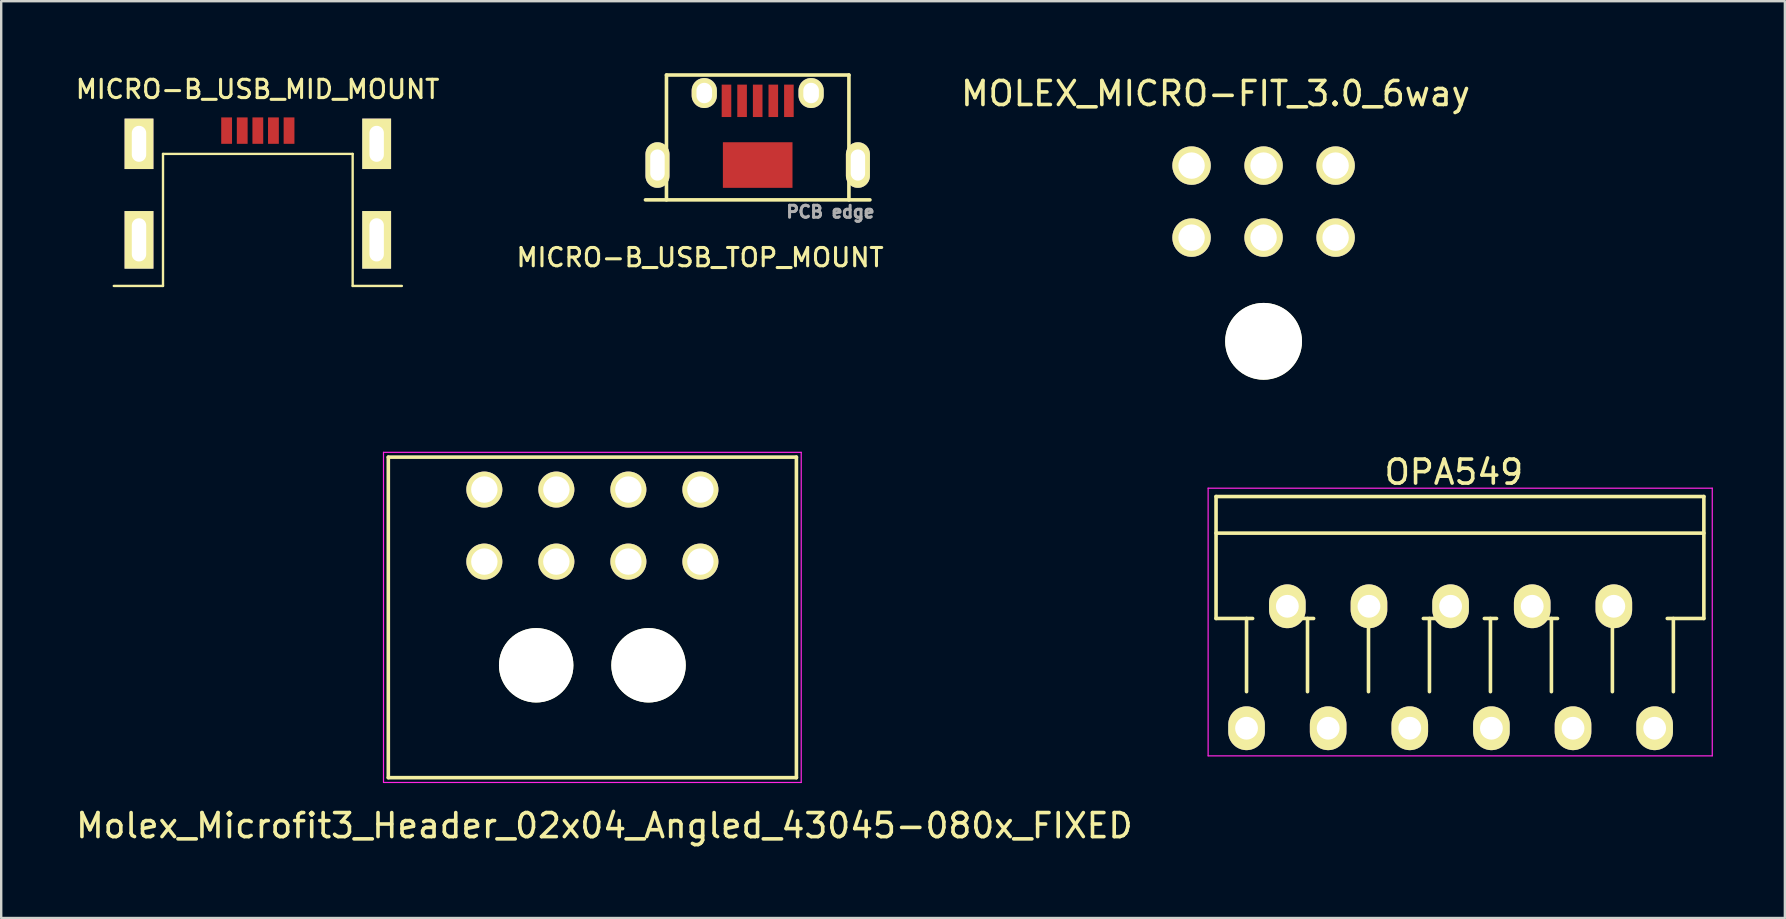
<source format=kicad_pcb>
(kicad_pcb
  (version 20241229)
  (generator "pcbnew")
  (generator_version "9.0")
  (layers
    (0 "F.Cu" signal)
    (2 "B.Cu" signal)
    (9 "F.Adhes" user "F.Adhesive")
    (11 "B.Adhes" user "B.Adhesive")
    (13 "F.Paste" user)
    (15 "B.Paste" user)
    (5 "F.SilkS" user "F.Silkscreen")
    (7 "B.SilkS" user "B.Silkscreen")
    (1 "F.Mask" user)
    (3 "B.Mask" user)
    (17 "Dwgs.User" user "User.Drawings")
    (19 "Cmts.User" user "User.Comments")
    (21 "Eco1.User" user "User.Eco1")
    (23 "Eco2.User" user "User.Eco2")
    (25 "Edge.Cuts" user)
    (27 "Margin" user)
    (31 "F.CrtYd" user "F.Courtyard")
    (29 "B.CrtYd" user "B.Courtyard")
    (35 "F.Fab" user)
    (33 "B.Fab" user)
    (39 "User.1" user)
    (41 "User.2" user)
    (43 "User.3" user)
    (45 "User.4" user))
  (footprint "OPA549"
    (layer "F.Cu")
    (at 48.875 27.285)
    (property "Reference" "OPA549" (at 8.636 -10.668 0) (layer "F.SilkS") (effects (font (size 1 1) (thickness 0.15))))
    (attr through_hole)
    (fp_line (start -1.27 -9.652) (end -1.27 -4.572) (stroke (width 0.15) (type solid)) (layer "F.SilkS"))
    (fp_line (start -1.27 -9.652) (end 19.05 -9.652) (stroke (width 0.15) (type solid)) (layer "F.SilkS"))
    (fp_line (start -1.27 -4.572) (end 0.254 -4.572) (stroke (width 0.15) (type solid)) (layer "F.SilkS"))
    (fp_line (start 0 -1.524) (end 0 -4.572) (stroke (width 0.15) (type solid)) (layer "F.SilkS"))
    (fp_line (start 2.54 -1.524) (end 2.54 -4.572) (stroke (width 0.15) (type solid)) (layer "F.SilkS"))
    (fp_line (start 2.794 -4.572) (end 2.286 -4.572) (stroke (width 0.15) (type solid)) (layer "F.SilkS"))
    (fp_line (start 5.08 -1.524) (end 5.08 -4.572) (stroke (width 0.15) (type solid)) (layer "F.SilkS"))
    (fp_line (start 5.334 -4.572) (end 4.826 -4.572) (stroke (width 0.15) (type solid)) (layer "F.SilkS"))
    (fp_line (start 7.62 -1.524) (end 7.62 -4.572) (stroke (width 0.15) (type solid)) (layer "F.SilkS"))
    (fp_line (start 7.874 -4.572) (end 7.366 -4.572) (stroke (width 0.15) (type solid)) (layer "F.SilkS"))
    (fp_line (start 10.16 -1.524) (end 10.16 -4.572) (stroke (width 0.15) (type solid)) (layer "F.SilkS"))
    (fp_line (start 10.414 -4.572) (end 9.906 -4.572) (stroke (width 0.15) (type solid)) (layer "F.SilkS"))
    (fp_line (start 12.7 -1.524) (end 12.7 -4.572) (stroke (width 0.15) (type solid)) (layer "F.SilkS"))
    (fp_line (start 12.954 -4.572) (end 12.446 -4.572) (stroke (width 0.15) (type solid)) (layer "F.SilkS"))
    (fp_line (start 15.24 -1.524) (end 15.24 -4.572) (stroke (width 0.15) (type solid)) (layer "F.SilkS"))
    (fp_line (start 15.494 -4.572) (end 14.986 -4.572) (stroke (width 0.15) (type solid)) (layer "F.SilkS"))
    (fp_line (start 17.78 -1.524) (end 17.78 -4.572) (stroke (width 0.15) (type solid)) (layer "F.SilkS"))
    (fp_line (start 19.05 -9.652) (end 19.05 -4.572) (stroke (width 0.15) (type solid)) (layer "F.SilkS"))
    (fp_line (start 19.05 -8.128) (end -1.27 -8.128) (stroke (width 0.15) (type solid)) (layer "F.SilkS"))
    (fp_line (start 19.05 -4.572) (end 17.526 -4.572) (stroke (width 0.15) (type solid)) (layer "F.SilkS"))
    (fp_line (start -1.6 -10) (end 19.4 -10) (stroke (width 0.05) (type solid)) (layer "F.CrtYd"))
    (fp_line (start -1.6 1.15) (end -1.6 -10) (stroke (width 0.05) (type solid)) (layer "F.CrtYd"))
    (fp_line (start 19.4 -10) (end 19.4 1.15) (stroke (width 0.05) (type solid)) (layer "F.CrtYd"))
    (fp_line (start 19.4 1.15) (end -1.6 1.15) (stroke (width 0.05) (type solid)) (layer "F.CrtYd"))
    (pad "1" thru_hole oval (at 0 0) (size 1.524 1.824) (drill 0.95) (layers "*.Cu" "*.Mask" "F.SilkS"))
    (pad "2" thru_hole oval (at 1.7 -5.08) (size 1.524 1.824) (drill 0.95) (layers "*.Cu" "*.Mask" "F.SilkS"))
    (pad "3" thru_hole oval (at 3.4 0) (size 1.524 1.824) (drill 0.95) (layers "*.Cu" "*.Mask" "F.SilkS"))
    (pad "4" thru_hole oval (at 5.1 -5.08) (size 1.524 1.824) (drill 0.95) (layers "*.Cu" "*.Mask" "F.SilkS"))
    (pad "5" thru_hole oval (at 6.8 0) (size 1.524 1.824) (drill 0.95) (layers "*.Cu" "*.Mask" "F.SilkS"))
    (pad "6" thru_hole oval (at 8.5 -5.08) (size 1.524 1.824) (drill 0.95) (layers "*.Cu" "*.Mask" "F.SilkS"))
    (pad "7" thru_hole oval (at 10.2 0) (size 1.524 1.824) (drill 0.95) (layers "*.Cu" "*.Mask" "F.SilkS"))
    (pad "8" thru_hole oval (at 11.9 -5.08) (size 1.524 1.824) (drill 0.95) (layers "*.Cu" "*.Mask" "F.SilkS"))
    (pad "9" thru_hole oval (at 13.6 0) (size 1.524 1.824) (drill 0.95) (layers "*.Cu" "*.Mask" "F.SilkS"))
    (pad "10" thru_hole oval (at 15.3 -5.08) (size 1.524 1.824) (drill 0.95) (layers "*.Cu" "*.Mask" "F.SilkS"))
    (pad "11" thru_hole oval (at 17 0) (size 1.524 1.824) (drill 0.95) (layers "*.Cu" "*.Mask" "F.SilkS")))
  (footprint "MICRO-B_USB_MID_MOUNT"
    (layer "F.Cu")
    (at 7.69 2.391)
    (property "Reference" "MICRO-B_USB_MID_MOUNT" (at -0.01 -1.722 0) (layer "F.SilkS") (effects (font (size 0.762 0.762) (thickness 0.127))))
    (attr through_hole)
    (fp_line (start -6 6.47) (end -3.95 6.47) (stroke (width 0.099) (type solid)) (layer "F.SilkS"))
    (fp_line (start -3.95 0.97) (end 3.95 0.97) (stroke (width 0.099) (type solid)) (layer "F.SilkS"))
    (fp_line (start -3.95 6.47) (end -3.95 0.97) (stroke (width 0.099) (type solid)) (layer "F.SilkS"))
    (fp_line (start 3.95 0.97) (end 3.95 6.47) (stroke (width 0.099) (type solid)) (layer "F.SilkS"))
    (fp_line (start 3.95 6.47) (end 6 6.47) (stroke (width 0.099) (type solid)) (layer "F.SilkS"))
    (pad "1" smd rect (at -1.3 0) (size 0.45 1.1) (layers "F.Cu" "F.Mask" "F.Paste"))
    (pad "2" smd rect (at -0.65 0) (size 0.45 1.1) (layers "F.Cu" "F.Mask" "F.Paste"))
    (pad "3" smd rect (at 0 0) (size 0.45 1.1) (layers "F.Cu" "F.Mask" "F.Paste"))
    (pad "4" smd rect (at 0.65 0) (size 0.45 1.1) (layers "F.Cu" "F.Mask" "F.Paste"))
    (pad "5" smd rect (at 1.3 0) (size 0.45 1.1) (layers "F.Cu" "F.Mask" "F.Paste"))
    (pad "6" thru_hole rect (at -4.95 0.55) (size 1.2 2.1) (drill oval 0.6 1.5) (layers "*.Cu" "*.Mask" "F.SilkS"))
    (pad "6" thru_hole rect (at -4.95 4.55) (size 1.2 2.4) (drill oval 0.6 1.8) (layers "*.Cu" "*.Mask" "F.SilkS"))
    (pad "6" thru_hole rect (at 4.95 0.55) (size 1.2 2.1) (drill oval 0.6 1.5) (layers "*.Cu" "*.Mask" "F.SilkS"))
    (pad "6" thru_hole rect (at 4.95 4.55) (size 1.2 2.4) (drill oval 0.6 1.8) (layers "*.Cu" "*.Mask" "F.SilkS")))
  (footprint "MICRO-B_USB_TOP_MOUNT"
    (layer "F.Cu")
    (at 28.512 5.275)
    (property "Reference" "MICRO-B_USB_TOP_MOUNT" (at -2.4 2.4 0) (layer "F.SilkS") (effects (font (size 0.762 0.762) (thickness 0.127))))
    (attr through_hole)
    (fp_line (start -3.8 -5.2) (end 3.8 -5.2) (stroke (width 0.15) (type solid)) (layer "F.SilkS"))
    (fp_line (start -3.8 0) (end -3.8 -5.2) (stroke (width 0.15) (type solid)) (layer "F.SilkS"))
    (fp_line (start 3.8 -5.2) (end 3.8 0) (stroke (width 0.15) (type solid)) (layer "F.SilkS"))
    (fp_line (start 4.675 0) (end -4.675 0) (stroke (width 0.15) (type solid)) (layer "F.SilkS"))
    (fp_text user "PCB edge" (at 3.03 0.5 0) (layer "F.Fab") (effects (font (size 0.5 0.5) (thickness 0.125))))
    (pad "" connect rect (at 0 -1.45) (size 2.9 1.9) (layers "F.Cu" "F.Mask"))
    (pad "1" smd rect (at 1.3 -4.125) (size 0.4 1.35) (layers "F.Cu" "F.Mask" "F.Paste"))
    (pad "2" smd rect (at 0.65 -4.125) (size 0.4 1.35) (layers "F.Cu" "F.Mask" "F.Paste"))
    (pad "3" smd rect (at 0 -4.125) (size 0.4 1.35) (layers "F.Cu" "F.Mask" "F.Paste"))
    (pad "4" smd rect (at -0.65 -4.125) (size 0.4 1.35) (layers "F.Cu" "F.Mask" "F.Paste"))
    (pad "5" smd rect (at -1.3 -4.125) (size 0.4 1.35) (layers "F.Cu" "F.Mask" "F.Paste"))
    (pad "6" thru_hole oval (at -4.175 -1.45) (size 1 1.9) (drill oval 0.6 1.3) (layers "*.Cu" "*.Mask" "F.SilkS"))
    (pad "6" thru_hole oval (at -2.225 -4.45) (size 1.05 1.25) (drill oval 0.65 0.85) (layers "*.Cu" "*.Mask" "F.SilkS"))
    (pad "6" thru_hole oval (at 2.225 -4.45) (size 1.05 1.25) (drill oval 0.65 0.85) (layers "*.Cu" "*.Mask" "F.SilkS"))
    (pad "6" thru_hole oval (at 4.175 -1.45) (size 1 1.9) (drill oval 0.6 1.3) (layers "*.Cu" "*.Mask" "F.SilkS")))
  (footprint "Molex_Microfit3_Header_02x04_Angled_43045-080x_FIXED"
    (layer "F.Cu")
    (at 26.125 20.343)
    (property "Reference" "Molex_Microfit3_Header_02x04_Angled_43045-080x_FIXED" (at -4 11 0) (layer "F.SilkS") (effects (font (size 1 1) (thickness 0.15))))
    (attr through_hole)
    (fp_line (start -13 -4.35) (end 4 -4.35) (stroke (width 0.15) (type solid)) (layer "F.SilkS"))
    (fp_line (start -13 9) (end -13 -4.35) (stroke (width 0.15) (type solid)) (layer "F.SilkS"))
    (fp_line (start 4 -4.35) (end 4 9) (stroke (width 0.15) (type solid)) (layer "F.SilkS"))
    (fp_line (start 4 9) (end -13 9) (stroke (width 0.15) (type solid)) (layer "F.SilkS"))
    (fp_line (start -13.2 -4.55) (end -13.2 9.2) (stroke (width 0.05) (type solid)) (layer "F.CrtYd"))
    (fp_line (start -13.2 9.2) (end 4.2 9.2) (stroke (width 0.05) (type solid)) (layer "F.CrtYd"))
    (fp_line (start 4.2 -4.55) (end -13.2 -4.55) (stroke (width 0.05) (type solid)) (layer "F.CrtYd"))
    (fp_line (start 4.2 9.2) (end 4.2 -4.55) (stroke (width 0.05) (type solid)) (layer "F.CrtYd"))
    (pad "" np_thru_hole circle (at -6.84 4.32) (size 3.1 3.1) (drill 3.1) (layers "*.Cu" "*.Mask" "F.SilkS"))
    (pad "" np_thru_hole circle (at -2.16 4.32) (size 3.1 3.1) (drill 3.1) (layers "*.Cu" "*.Mask" "F.SilkS"))
    (pad "1" thru_hole circle (at 0 0) (size 1.5 1.5) (drill 1.1) (layers "*.Cu" "*.Mask" "F.SilkS"))
    (pad "2" thru_hole circle (at -3 0) (size 1.5 1.5) (drill 1.1) (layers "*.Cu" "*.Mask" "F.SilkS"))
    (pad "3" thru_hole circle (at -6 0) (size 1.5 1.5) (drill 1.1) (layers "*.Cu" "*.Mask" "F.SilkS"))
    (pad "4" thru_hole circle (at -9 0) (size 1.5 1.5) (drill 1.1) (layers "*.Cu" "*.Mask" "F.SilkS"))
    (pad "5" thru_hole circle (at 0 -3) (size 1.5 1.5) (drill 1.1) (layers "*.Cu" "*.Mask" "F.SilkS"))
    (pad "6" thru_hole circle (at -3 -3) (size 1.5 1.5) (drill 1.1) (layers "*.Cu" "*.Mask" "F.SilkS"))
    (pad "7" thru_hole circle (at -6 -3) (size 1.5 1.5) (drill 1.1) (layers "*.Cu" "*.Mask" "F.SilkS"))
    (pad "8" thru_hole circle (at -9 -3) (size 1.5 1.5) (drill 1.1) (layers "*.Cu" "*.Mask" "F.SilkS")))
  (footprint "MOLEX_MICRO-FIT_3.0_6way"
    (layer "F.Cu")
    (at 49.585 6.848)
    (property "Reference" "MOLEX_MICRO-FIT_3.0_6way" (at -2 -6 0) (layer "F.SilkS") (effects (font (size 1 1) (thickness 0.15))))
    (attr through_hole)
    (pad "" np_thru_hole circle (at 0 4.32) (size 3.2 3.2) (drill 3.2) (layers "*.Cu" "*.Mask" "F.SilkS"))
    (pad "1" thru_hole circle (at 3 0) (size 1.6 1.6) (drill 1.1) (layers "*.Cu" "*.Mask" "F.SilkS"))
    (pad "2" thru_hole circle (at 0 0) (size 1.6 1.6) (drill 1.1) (layers "*.Cu" "*.Mask" "F.SilkS"))
    (pad "3" thru_hole circle (at -3 0) (size 1.6 1.6) (drill 1.1) (layers "*.Cu" "*.Mask" "F.SilkS"))
    (pad "4" thru_hole circle (at 3 -3) (size 1.6 1.6) (drill 1.1) (layers "*.Cu" "*.Mask" "F.SilkS"))
    (pad "5" thru_hole circle (at 0 -3) (size 1.6 1.6) (drill 1.1) (layers "*.Cu" "*.Mask" "F.SilkS"))
    (pad "6" thru_hole circle (at -3 -3) (size 1.6 1.6) (drill 1.1) (layers "*.Cu" "*.Mask" "F.SilkS")))
  (gr_rect
    (start -3 -3)
    (end 71.3 35.191)
    (stroke (width 0.1) (type default))
    (fill no)
    (layer "Edge.Cuts")))
</source>
